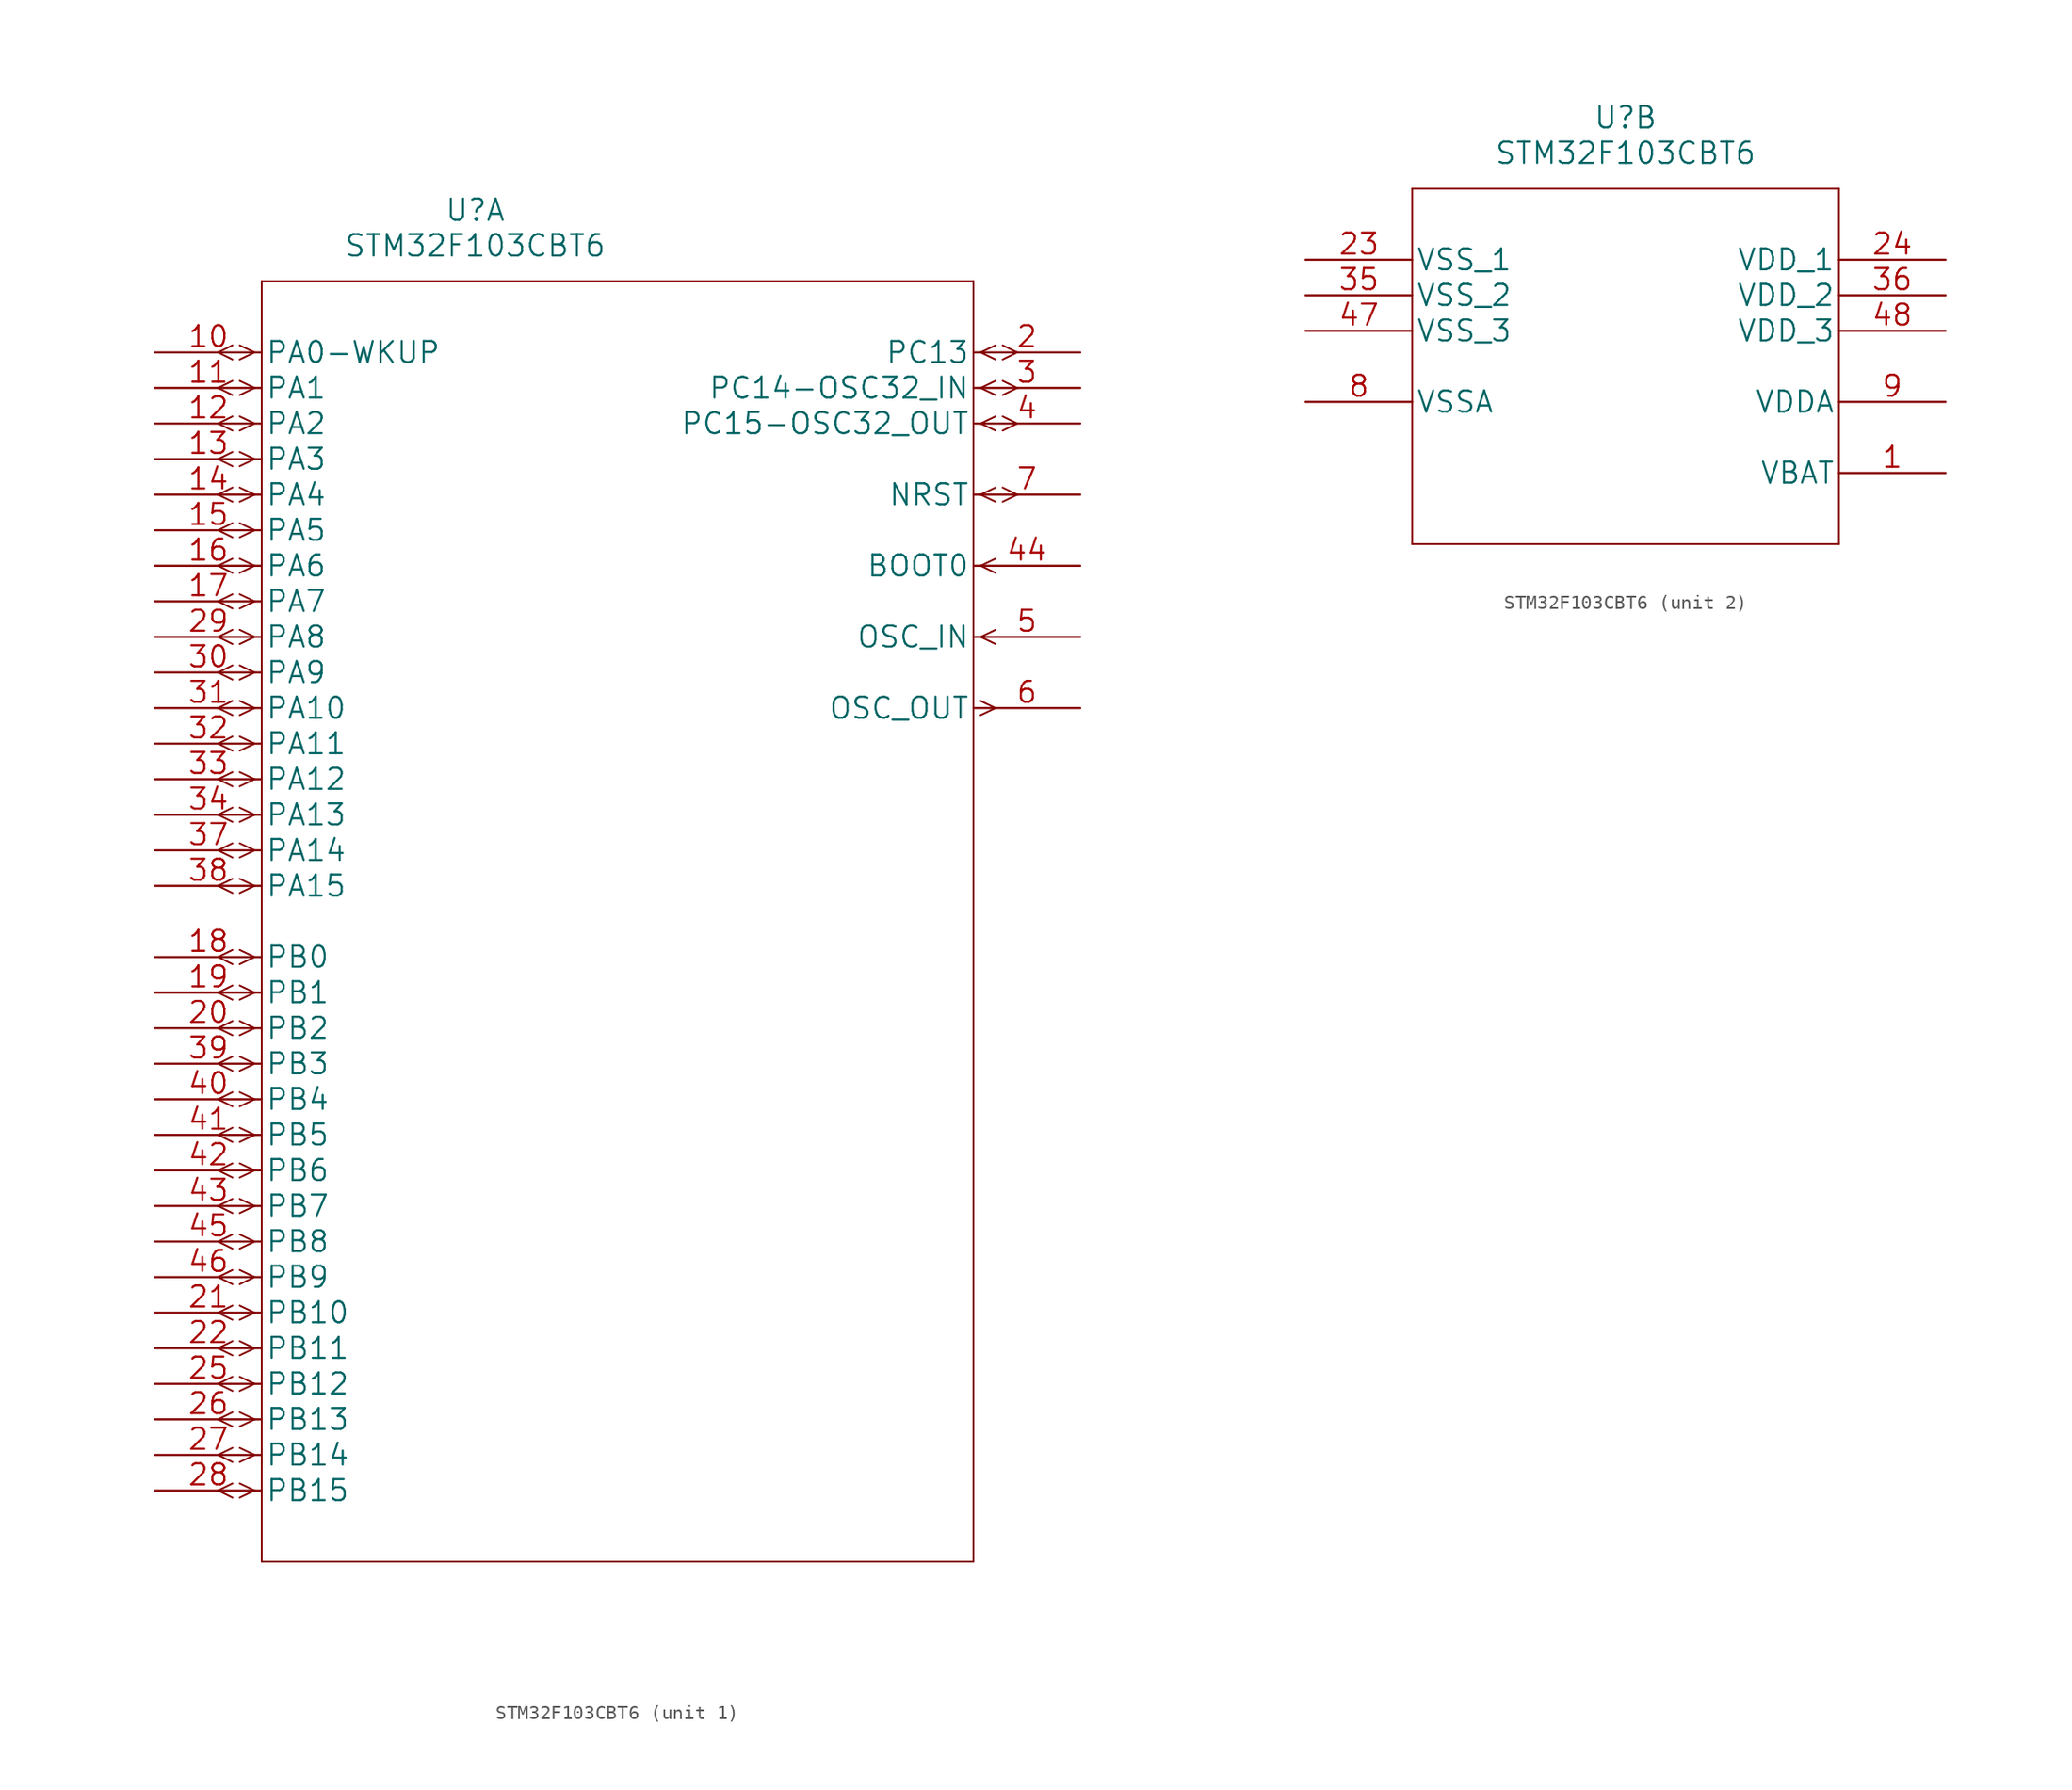
<source format=kicad_sym>
(kicad_symbol_lib
  (version 20211014)
  (generator kicad_symbol_editor)
  (symbol "STM32F103CBT6"
    (pin_names
      (offset 0.254))
    (property "Reference" "U"
      (at 22.86 10.16 0)
      (effects (font (size 1.524 1.524))))
    (property "Value" "STM32F103CBT6"
      (at 22.86 7.62 0)
      (effects (font (size 1.524 1.524))))
    (property "Datasheet" ""
      (at 0 0 0)
      (effects (font (size 1.524 1.524))))
    (symbol "STM32F103CBT6_1_1"
      (polyline (pts (xy 5.537 -81.788) (xy 4.496 -81.28)) (stroke (width 0.127) (type default) (color 0 0 0 0)) (fill (type none)))
      (polyline (pts (xy 5.537 -80.772) (xy 4.496 -81.28)) (stroke (width 0.127) (type default) (color 0 0 0 0)) (fill (type none)))
      (polyline (pts (xy 5.537 -79.248) (xy 4.496 -78.74)) (stroke (width 0.127) (type default) (color 0 0 0 0)) (fill (type none)))
      (polyline (pts (xy 5.537 -78.232) (xy 4.496 -78.74)) (stroke (width 0.127) (type default) (color 0 0 0 0)) (fill (type none)))
      (polyline (pts (xy 5.537 -76.708) (xy 4.496 -76.2)) (stroke (width 0.127) (type default) (color 0 0 0 0)) (fill (type none)))
      (polyline (pts (xy 5.537 -75.692) (xy 4.496 -76.2)) (stroke (width 0.127) (type default) (color 0 0 0 0)) (fill (type none)))
      (polyline (pts (xy 5.537 -74.168) (xy 4.496 -73.66)) (stroke (width 0.127) (type default) (color 0 0 0 0)) (fill (type none)))
      (polyline (pts (xy 5.537 -73.152) (xy 4.496 -73.66)) (stroke (width 0.127) (type default) (color 0 0 0 0)) (fill (type none)))
      (polyline (pts (xy 5.537 -71.628) (xy 4.496 -71.12)) (stroke (width 0.127) (type default) (color 0 0 0 0)) (fill (type none)))
      (polyline (pts (xy 5.537 -70.612) (xy 4.496 -71.12)) (stroke (width 0.127) (type default) (color 0 0 0 0)) (fill (type none)))
      (polyline (pts (xy 5.537 -69.088) (xy 4.496 -68.58)) (stroke (width 0.127) (type default) (color 0 0 0 0)) (fill (type none)))
      (polyline (pts (xy 5.537 -68.072) (xy 4.496 -68.58)) (stroke (width 0.127) (type default) (color 0 0 0 0)) (fill (type none)))
      (polyline (pts (xy 5.537 -66.548) (xy 4.496 -66.04)) (stroke (width 0.127) (type default) (color 0 0 0 0)) (fill (type none)))
      (polyline (pts (xy 5.537 -65.532) (xy 4.496 -66.04)) (stroke (width 0.127) (type default) (color 0 0 0 0)) (fill (type none)))
      (polyline (pts (xy 5.537 -64.008) (xy 4.496 -63.5)) (stroke (width 0.127) (type default) (color 0 0 0 0)) (fill (type none)))
      (polyline (pts (xy 5.537 -62.992) (xy 4.496 -63.5)) (stroke (width 0.127) (type default) (color 0 0 0 0)) (fill (type none)))
      (polyline (pts (xy 5.537 -61.468) (xy 4.496 -60.96)) (stroke (width 0.127) (type default) (color 0 0 0 0)) (fill (type none)))
      (polyline (pts (xy 5.537 -60.452) (xy 4.496 -60.96)) (stroke (width 0.127) (type default) (color 0 0 0 0)) (fill (type none)))
      (polyline (pts (xy 5.537 -58.928) (xy 4.496 -58.42)) (stroke (width 0.127) (type default) (color 0 0 0 0)) (fill (type none)))
      (polyline (pts (xy 5.537 -57.912) (xy 4.496 -58.42)) (stroke (width 0.127) (type default) (color 0 0 0 0)) (fill (type none)))
      (polyline (pts (xy 5.537 -56.388) (xy 4.496 -55.88)) (stroke (width 0.127) (type default) (color 0 0 0 0)) (fill (type none)))
      (polyline (pts (xy 5.537 -55.372) (xy 4.496 -55.88)) (stroke (width 0.127) (type default) (color 0 0 0 0)) (fill (type none)))
      (polyline (pts (xy 5.537 -53.848) (xy 4.496 -53.34)) (stroke (width 0.127) (type default) (color 0 0 0 0)) (fill (type none)))
      (polyline (pts (xy 5.537 -52.832) (xy 4.496 -53.34)) (stroke (width 0.127) (type default) (color 0 0 0 0)) (fill (type none)))
      (polyline (pts (xy 5.537 -51.308) (xy 4.496 -50.8)) (stroke (width 0.127) (type default) (color 0 0 0 0)) (fill (type none)))
      (polyline (pts (xy 5.537 -50.292) (xy 4.496 -50.8)) (stroke (width 0.127) (type default) (color 0 0 0 0)) (fill (type none)))
      (polyline (pts (xy 5.537 -48.768) (xy 4.496 -48.26)) (stroke (width 0.127) (type default) (color 0 0 0 0)) (fill (type none)))
      (polyline (pts (xy 5.537 -47.752) (xy 4.496 -48.26)) (stroke (width 0.127) (type default) (color 0 0 0 0)) (fill (type none)))
      (polyline (pts (xy 5.537 -46.228) (xy 4.496 -45.72)) (stroke (width 0.127) (type default) (color 0 0 0 0)) (fill (type none)))
      (polyline (pts (xy 5.537 -45.212) (xy 4.496 -45.72)) (stroke (width 0.127) (type default) (color 0 0 0 0)) (fill (type none)))
      (polyline (pts (xy 5.537 -43.688) (xy 4.496 -43.18)) (stroke (width 0.127) (type default) (color 0 0 0 0)) (fill (type none)))
      (polyline (pts (xy 5.537 -42.672) (xy 4.496 -43.18)) (stroke (width 0.127) (type default) (color 0 0 0 0)) (fill (type none)))
      (polyline (pts (xy 5.537 -38.608) (xy 4.496 -38.1)) (stroke (width 0.127) (type default) (color 0 0 0 0)) (fill (type none)))
      (polyline (pts (xy 5.537 -37.592) (xy 4.496 -38.1)) (stroke (width 0.127) (type default) (color 0 0 0 0)) (fill (type none)))
      (polyline (pts (xy 5.537 -36.068) (xy 4.496 -35.56)) (stroke (width 0.127) (type default) (color 0 0 0 0)) (fill (type none)))
      (polyline (pts (xy 5.537 -35.052) (xy 4.496 -35.56)) (stroke (width 0.127) (type default) (color 0 0 0 0)) (fill (type none)))
      (polyline (pts (xy 5.537 -33.528) (xy 4.496 -33.02)) (stroke (width 0.127) (type default) (color 0 0 0 0)) (fill (type none)))
      (polyline (pts (xy 5.537 -32.512) (xy 4.496 -33.02)) (stroke (width 0.127) (type default) (color 0 0 0 0)) (fill (type none)))
      (polyline (pts (xy 5.537 -30.988) (xy 4.496 -30.48)) (stroke (width 0.127) (type default) (color 0 0 0 0)) (fill (type none)))
      (polyline (pts (xy 5.537 -29.972) (xy 4.496 -30.48)) (stroke (width 0.127) (type default) (color 0 0 0 0)) (fill (type none)))
      (polyline (pts (xy 5.537 -28.448) (xy 4.496 -27.94)) (stroke (width 0.127) (type default) (color 0 0 0 0)) (fill (type none)))
      (polyline (pts (xy 5.537 -27.432) (xy 4.496 -27.94)) (stroke (width 0.127) (type default) (color 0 0 0 0)) (fill (type none)))
      (polyline (pts (xy 5.537 -25.908) (xy 4.496 -25.4)) (stroke (width 0.127) (type default) (color 0 0 0 0)) (fill (type none)))
      (polyline (pts (xy 5.537 -24.892) (xy 4.496 -25.4)) (stroke (width 0.127) (type default) (color 0 0 0 0)) (fill (type none)))
      (polyline (pts (xy 5.537 -23.368) (xy 4.496 -22.86)) (stroke (width 0.127) (type default) (color 0 0 0 0)) (fill (type none)))
      (polyline (pts (xy 5.537 -22.352) (xy 4.496 -22.86)) (stroke (width 0.127) (type default) (color 0 0 0 0)) (fill (type none)))
      (polyline (pts (xy 5.537 -20.828) (xy 4.496 -20.32)) (stroke (width 0.127) (type default) (color 0 0 0 0)) (fill (type none)))
      (polyline (pts (xy 5.537 -19.812) (xy 4.496 -20.32)) (stroke (width 0.127) (type default) (color 0 0 0 0)) (fill (type none)))
      (polyline (pts (xy 5.537 -18.288) (xy 4.496 -17.78)) (stroke (width 0.127) (type default) (color 0 0 0 0)) (fill (type none)))
      (polyline (pts (xy 5.537 -17.272) (xy 4.496 -17.78)) (stroke (width 0.127) (type default) (color 0 0 0 0)) (fill (type none)))
      (polyline (pts (xy 5.537 -15.748) (xy 4.496 -15.24)) (stroke (width 0.127) (type default) (color 0 0 0 0)) (fill (type none)))
      (polyline (pts (xy 5.537 -14.732) (xy 4.496 -15.24)) (stroke (width 0.127) (type default) (color 0 0 0 0)) (fill (type none)))
      (polyline (pts (xy 5.537 -13.208) (xy 4.496 -12.7)) (stroke (width 0.127) (type default) (color 0 0 0 0)) (fill (type none)))
      (polyline (pts (xy 5.537 -12.192) (xy 4.496 -12.7)) (stroke (width 0.127) (type default) (color 0 0 0 0)) (fill (type none)))
      (polyline (pts (xy 5.537 -10.668) (xy 4.496 -10.16)) (stroke (width 0.127) (type default) (color 0 0 0 0)) (fill (type none)))
      (polyline (pts (xy 5.537 -9.652) (xy 4.496 -10.16)) (stroke (width 0.127) (type default) (color 0 0 0 0)) (fill (type none)))
      (polyline (pts (xy 5.537 -8.128) (xy 4.496 -7.62)) (stroke (width 0.127) (type default) (color 0 0 0 0)) (fill (type none)))
      (polyline (pts (xy 5.537 -7.112) (xy 4.496 -7.62)) (stroke (width 0.127) (type default) (color 0 0 0 0)) (fill (type none)))
      (polyline (pts (xy 5.537 -5.588) (xy 4.496 -5.08)) (stroke (width 0.127) (type default) (color 0 0 0 0)) (fill (type none)))
      (polyline (pts (xy 5.537 -4.572) (xy 4.496 -5.08)) (stroke (width 0.127) (type default) (color 0 0 0 0)) (fill (type none)))
      (polyline (pts (xy 5.537 -3.048) (xy 4.496 -2.54)) (stroke (width 0.127) (type default) (color 0 0 0 0)) (fill (type none)))
      (polyline (pts (xy 5.537 -2.032) (xy 4.496 -2.54)) (stroke (width 0.127) (type default) (color 0 0 0 0)) (fill (type none)))
      (polyline (pts (xy 5.537 -0.508) (xy 4.496 0)) (stroke (width 0.127) (type default) (color 0 0 0 0)) (fill (type none)))
      (polyline (pts (xy 5.537 0.508) (xy 4.496 0)) (stroke (width 0.127) (type default) (color 0 0 0 0)) (fill (type none)))
      (polyline (pts (xy 7.112 -81.28) (xy 6.045 -81.788)) (stroke (width 0.127) (type default) (color 0 0 0 0)) (fill (type none)))
      (polyline (pts (xy 7.112 -81.28) (xy 6.045 -80.772)) (stroke (width 0.127) (type default) (color 0 0 0 0)) (fill (type none)))
      (polyline (pts (xy 7.112 -78.74) (xy 6.045 -79.248)) (stroke (width 0.127) (type default) (color 0 0 0 0)) (fill (type none)))
      (polyline (pts (xy 7.112 -78.74) (xy 6.045 -78.232)) (stroke (width 0.127) (type default) (color 0 0 0 0)) (fill (type none)))
      (polyline (pts (xy 7.112 -76.2) (xy 6.045 -76.708)) (stroke (width 0.127) (type default) (color 0 0 0 0)) (fill (type none)))
      (polyline (pts (xy 7.112 -76.2) (xy 6.045 -75.692)) (stroke (width 0.127) (type default) (color 0 0 0 0)) (fill (type none)))
      (polyline (pts (xy 7.112 -73.66) (xy 6.045 -74.168)) (stroke (width 0.127) (type default) (color 0 0 0 0)) (fill (type none)))
      (polyline (pts (xy 7.112 -73.66) (xy 6.045 -73.152)) (stroke (width 0.127) (type default) (color 0 0 0 0)) (fill (type none)))
      (polyline (pts (xy 7.112 -71.12) (xy 6.045 -71.628)) (stroke (width 0.127) (type default) (color 0 0 0 0)) (fill (type none)))
      (polyline (pts (xy 7.112 -71.12) (xy 6.045 -70.612)) (stroke (width 0.127) (type default) (color 0 0 0 0)) (fill (type none)))
      (polyline (pts (xy 7.112 -68.58) (xy 6.045 -69.088)) (stroke (width 0.127) (type default) (color 0 0 0 0)) (fill (type none)))
      (polyline (pts (xy 7.112 -68.58) (xy 6.045 -68.072)) (stroke (width 0.127) (type default) (color 0 0 0 0)) (fill (type none)))
      (polyline (pts (xy 7.112 -66.04) (xy 6.045 -66.548)) (stroke (width 0.127) (type default) (color 0 0 0 0)) (fill (type none)))
      (polyline (pts (xy 7.112 -66.04) (xy 6.045 -65.532)) (stroke (width 0.127) (type default) (color 0 0 0 0)) (fill (type none)))
      (polyline (pts (xy 7.112 -63.5) (xy 6.045 -64.008)) (stroke (width 0.127) (type default) (color 0 0 0 0)) (fill (type none)))
      (polyline (pts (xy 7.112 -63.5) (xy 6.045 -62.992)) (stroke (width 0.127) (type default) (color 0 0 0 0)) (fill (type none)))
      (polyline (pts (xy 7.112 -60.96) (xy 6.045 -61.468)) (stroke (width 0.127) (type default) (color 0 0 0 0)) (fill (type none)))
      (polyline (pts (xy 7.112 -60.96) (xy 6.045 -60.452)) (stroke (width 0.127) (type default) (color 0 0 0 0)) (fill (type none)))
      (polyline (pts (xy 7.112 -58.42) (xy 6.045 -58.928)) (stroke (width 0.127) (type default) (color 0 0 0 0)) (fill (type none)))
      (polyline (pts (xy 7.112 -58.42) (xy 6.045 -57.912)) (stroke (width 0.127) (type default) (color 0 0 0 0)) (fill (type none)))
      (polyline (pts (xy 7.112 -55.88) (xy 6.045 -56.388)) (stroke (width 0.127) (type default) (color 0 0 0 0)) (fill (type none)))
      (polyline (pts (xy 7.112 -55.88) (xy 6.045 -55.372)) (stroke (width 0.127) (type default) (color 0 0 0 0)) (fill (type none)))
      (polyline (pts (xy 7.112 -53.34) (xy 6.045 -53.848)) (stroke (width 0.127) (type default) (color 0 0 0 0)) (fill (type none)))
      (polyline (pts (xy 7.112 -53.34) (xy 6.045 -52.832)) (stroke (width 0.127) (type default) (color 0 0 0 0)) (fill (type none)))
      (polyline (pts (xy 7.112 -50.8) (xy 6.045 -51.308)) (stroke (width 0.127) (type default) (color 0 0 0 0)) (fill (type none)))
      (polyline (pts (xy 7.112 -50.8) (xy 6.045 -50.292)) (stroke (width 0.127) (type default) (color 0 0 0 0)) (fill (type none)))
      (polyline (pts (xy 7.112 -48.26) (xy 6.045 -48.768)) (stroke (width 0.127) (type default) (color 0 0 0 0)) (fill (type none)))
      (polyline (pts (xy 7.112 -48.26) (xy 6.045 -47.752)) (stroke (width 0.127) (type default) (color 0 0 0 0)) (fill (type none)))
      (polyline (pts (xy 7.112 -45.72) (xy 6.045 -46.228)) (stroke (width 0.127) (type default) (color 0 0 0 0)) (fill (type none)))
      (polyline (pts (xy 7.112 -45.72) (xy 6.045 -45.212)) (stroke (width 0.127) (type default) (color 0 0 0 0)) (fill (type none)))
      (polyline (pts (xy 7.112 -43.18) (xy 6.045 -43.688)) (stroke (width 0.127) (type default) (color 0 0 0 0)) (fill (type none)))
      (polyline (pts (xy 7.112 -43.18) (xy 6.045 -42.672)) (stroke (width 0.127) (type default) (color 0 0 0 0)) (fill (type none)))
      (polyline (pts (xy 7.112 -38.1) (xy 6.045 -38.608)) (stroke (width 0.127) (type default) (color 0 0 0 0)) (fill (type none)))
      (polyline (pts (xy 7.112 -38.1) (xy 6.045 -37.592)) (stroke (width 0.127) (type default) (color 0 0 0 0)) (fill (type none)))
      (polyline (pts (xy 7.112 -35.56) (xy 6.045 -36.068)) (stroke (width 0.127) (type default) (color 0 0 0 0)) (fill (type none)))
      (polyline (pts (xy 7.112 -35.56) (xy 6.045 -35.052)) (stroke (width 0.127) (type default) (color 0 0 0 0)) (fill (type none)))
      (polyline (pts (xy 7.112 -33.02) (xy 6.045 -33.528)) (stroke (width 0.127) (type default) (color 0 0 0 0)) (fill (type none)))
      (polyline (pts (xy 7.112 -33.02) (xy 6.045 -32.512)) (stroke (width 0.127) (type default) (color 0 0 0 0)) (fill (type none)))
      (polyline (pts (xy 7.112 -30.48) (xy 6.045 -30.988)) (stroke (width 0.127) (type default) (color 0 0 0 0)) (fill (type none)))
      (polyline (pts (xy 7.112 -30.48) (xy 6.045 -29.972)) (stroke (width 0.127) (type default) (color 0 0 0 0)) (fill (type none)))
      (polyline (pts (xy 7.112 -27.94) (xy 6.045 -28.448)) (stroke (width 0.127) (type default) (color 0 0 0 0)) (fill (type none)))
      (polyline (pts (xy 7.112 -27.94) (xy 6.045 -27.432)) (stroke (width 0.127) (type default) (color 0 0 0 0)) (fill (type none)))
      (polyline (pts (xy 7.112 -25.4) (xy 6.045 -25.908)) (stroke (width 0.127) (type default) (color 0 0 0 0)) (fill (type none)))
      (polyline (pts (xy 7.112 -25.4) (xy 6.045 -24.892)) (stroke (width 0.127) (type default) (color 0 0 0 0)) (fill (type none)))
      (polyline (pts (xy 7.112 -22.86) (xy 6.045 -23.368)) (stroke (width 0.127) (type default) (color 0 0 0 0)) (fill (type none)))
      (polyline (pts (xy 7.112 -22.86) (xy 6.045 -22.352)) (stroke (width 0.127) (type default) (color 0 0 0 0)) (fill (type none)))
      (polyline (pts (xy 7.112 -20.32) (xy 6.045 -20.828)) (stroke (width 0.127) (type default) (color 0 0 0 0)) (fill (type none)))
      (polyline (pts (xy 7.112 -20.32) (xy 6.045 -19.812)) (stroke (width 0.127) (type default) (color 0 0 0 0)) (fill (type none)))
      (polyline (pts (xy 7.112 -17.78) (xy 6.045 -18.288)) (stroke (width 0.127) (type default) (color 0 0 0 0)) (fill (type none)))
      (polyline (pts (xy 7.112 -17.78) (xy 6.045 -17.272)) (stroke (width 0.127) (type default) (color 0 0 0 0)) (fill (type none)))
      (polyline (pts (xy 7.112 -15.24) (xy 6.045 -15.748)) (stroke (width 0.127) (type default) (color 0 0 0 0)) (fill (type none)))
      (polyline (pts (xy 7.112 -15.24) (xy 6.045 -14.732)) (stroke (width 0.127) (type default) (color 0 0 0 0)) (fill (type none)))
      (polyline (pts (xy 7.112 -12.7) (xy 6.045 -13.208)) (stroke (width 0.127) (type default) (color 0 0 0 0)) (fill (type none)))
      (polyline (pts (xy 7.112 -12.7) (xy 6.045 -12.192)) (stroke (width 0.127) (type default) (color 0 0 0 0)) (fill (type none)))
      (polyline (pts (xy 7.112 -10.16) (xy 6.045 -10.668)) (stroke (width 0.127) (type default) (color 0 0 0 0)) (fill (type none)))
      (polyline (pts (xy 7.112 -10.16) (xy 6.045 -9.652)) (stroke (width 0.127) (type default) (color 0 0 0 0)) (fill (type none)))
      (polyline (pts (xy 7.112 -7.62) (xy 6.045 -8.128)) (stroke (width 0.127) (type default) (color 0 0 0 0)) (fill (type none)))
      (polyline (pts (xy 7.112 -7.62) (xy 6.045 -7.112)) (stroke (width 0.127) (type default) (color 0 0 0 0)) (fill (type none)))
      (polyline (pts (xy 7.112 -5.08) (xy 6.045 -5.588)) (stroke (width 0.127) (type default) (color 0 0 0 0)) (fill (type none)))
      (polyline (pts (xy 7.112 -5.08) (xy 6.045 -4.572)) (stroke (width 0.127) (type default) (color 0 0 0 0)) (fill (type none)))
      (polyline (pts (xy 7.112 -2.54) (xy 6.045 -3.048)) (stroke (width 0.127) (type default) (color 0 0 0 0)) (fill (type none)))
      (polyline (pts (xy 7.112 -2.54) (xy 6.045 -2.032)) (stroke (width 0.127) (type default) (color 0 0 0 0)) (fill (type none)))
      (polyline (pts (xy 7.112 0) (xy 6.045 -0.508)) (stroke (width 0.127) (type default) (color 0 0 0 0)) (fill (type none)))
      (polyline (pts (xy 7.112 0) (xy 6.045 0.508)) (stroke (width 0.127) (type default) (color 0 0 0 0)) (fill (type none)))
      (polyline (pts (xy 7.62 -86.36) (xy 58.42 -86.36)) (stroke (width 0.127) (type default) (color 0 0 0 0)) (fill (type none)))
      (polyline (pts (xy 7.62 5.08) (xy 7.62 -86.36)) (stroke (width 0.127) (type default) (color 0 0 0 0)) (fill (type none)))
      (polyline (pts (xy 58.42 -86.36) (xy 58.42 5.08)) (stroke (width 0.127) (type default) (color 0 0 0 0)) (fill (type none)))
      (polyline (pts (xy 58.42 5.08) (xy 7.62 5.08)) (stroke (width 0.127) (type default) (color 0 0 0 0)) (fill (type none)))
      (polyline (pts (xy 58.928 -25.908) (xy 59.995 -25.4)) (stroke (width 0.127) (type default) (color 0 0 0 0)) (fill (type none)))
      (polyline (pts (xy 58.928 -24.892) (xy 59.995 -25.4)) (stroke (width 0.127) (type default) (color 0 0 0 0)) (fill (type none)))
      (polyline (pts (xy 58.928 -20.32) (xy 59.995 -20.828)) (stroke (width 0.127) (type default) (color 0 0 0 0)) (fill (type none)))
      (polyline (pts (xy 58.928 -20.32) (xy 59.995 -19.812)) (stroke (width 0.127) (type default) (color 0 0 0 0)) (fill (type none)))
      (polyline (pts (xy 58.928 -15.24) (xy 59.995 -15.748)) (stroke (width 0.127) (type default) (color 0 0 0 0)) (fill (type none)))
      (polyline (pts (xy 58.928 -15.24) (xy 59.995 -14.732)) (stroke (width 0.127) (type default) (color 0 0 0 0)) (fill (type none)))
      (polyline (pts (xy 58.928 -10.16) (xy 59.995 -10.668)) (stroke (width 0.127) (type default) (color 0 0 0 0)) (fill (type none)))
      (polyline (pts (xy 58.928 -10.16) (xy 59.995 -9.652)) (stroke (width 0.127) (type default) (color 0 0 0 0)) (fill (type none)))
      (polyline (pts (xy 58.928 -5.08) (xy 59.995 -5.588)) (stroke (width 0.127) (type default) (color 0 0 0 0)) (fill (type none)))
      (polyline (pts (xy 58.928 -5.08) (xy 59.995 -4.572)) (stroke (width 0.127) (type default) (color 0 0 0 0)) (fill (type none)))
      (polyline (pts (xy 58.928 -2.54) (xy 59.995 -3.048)) (stroke (width 0.127) (type default) (color 0 0 0 0)) (fill (type none)))
      (polyline (pts (xy 58.928 -2.54) (xy 59.995 -2.032)) (stroke (width 0.127) (type default) (color 0 0 0 0)) (fill (type none)))
      (polyline (pts (xy 58.928 0) (xy 59.995 -0.508)) (stroke (width 0.127) (type default) (color 0 0 0 0)) (fill (type none)))
      (polyline (pts (xy 58.928 0) (xy 59.995 0.508)) (stroke (width 0.127) (type default) (color 0 0 0 0)) (fill (type none)))
      (polyline (pts (xy 60.503 -10.668) (xy 61.544 -10.16)) (stroke (width 0.127) (type default) (color 0 0 0 0)) (fill (type none)))
      (polyline (pts (xy 60.503 -9.652) (xy 61.544 -10.16)) (stroke (width 0.127) (type default) (color 0 0 0 0)) (fill (type none)))
      (polyline (pts (xy 60.503 -5.588) (xy 61.544 -5.08)) (stroke (width 0.127) (type default) (color 0 0 0 0)) (fill (type none)))
      (polyline (pts (xy 60.503 -4.572) (xy 61.544 -5.08)) (stroke (width 0.127) (type default) (color 0 0 0 0)) (fill (type none)))
      (polyline (pts (xy 60.503 -3.048) (xy 61.544 -2.54)) (stroke (width 0.127) (type default) (color 0 0 0 0)) (fill (type none)))
      (polyline (pts (xy 60.503 -2.032) (xy 61.544 -2.54)) (stroke (width 0.127) (type default) (color 0 0 0 0)) (fill (type none)))
      (polyline (pts (xy 60.503 -0.508) (xy 61.544 0)) (stroke (width 0.127) (type default) (color 0 0 0 0)) (fill (type none)))
      (polyline (pts (xy 60.503 0.508) (xy 61.544 0)) (stroke (width 0.127) (type default) (color 0 0 0 0)) (fill (type none)))
      (pin bidirectional line (at 0 0 0) (length 7.62) (name "PA0-WKUP" (effects (font (size 1.499 1.499)))) (number "10" (effects (font (size 1.499 1.499)))))
      (pin bidirectional line (at 0 -2.54 0) (length 7.62) (name "PA1" (effects (font (size 1.499 1.499)))) (number "11" (effects (font (size 1.499 1.499)))))
      (pin bidirectional line (at 0 -5.08 0) (length 7.62) (name "PA2" (effects (font (size 1.499 1.499)))) (number "12" (effects (font (size 1.499 1.499)))))
      (pin bidirectional line (at 0 -7.62 0) (length 7.62) (name "PA3" (effects (font (size 1.499 1.499)))) (number "13" (effects (font (size 1.499 1.499)))))
      (pin bidirectional line (at 0 -10.16 0) (length 7.62) (name "PA4" (effects (font (size 1.499 1.499)))) (number "14" (effects (font (size 1.499 1.499)))))
      (pin bidirectional line (at 0 -12.7 0) (length 7.62) (name "PA5" (effects (font (size 1.499 1.499)))) (number "15" (effects (font (size 1.499 1.499)))))
      (pin bidirectional line (at 0 -15.24 0) (length 7.62) (name "PA6" (effects (font (size 1.499 1.499)))) (number "16" (effects (font (size 1.499 1.499)))))
      (pin bidirectional line (at 0 -17.78 0) (length 7.62) (name "PA7" (effects (font (size 1.499 1.499)))) (number "17" (effects (font (size 1.499 1.499)))))
      (pin bidirectional line (at 0 -43.18 0) (length 7.62) (name "PB0" (effects (font (size 1.499 1.499)))) (number "18" (effects (font (size 1.499 1.499)))))
      (pin bidirectional line (at 0 -45.72 0) (length 7.62) (name "PB1" (effects (font (size 1.499 1.499)))) (number "19" (effects (font (size 1.499 1.499)))))
      (pin bidirectional line (at 66.04 0 180) (length 7.62) (name "PC13" (effects (font (size 1.499 1.499)))) (number "2" (effects (font (size 1.499 1.499)))))
      (pin bidirectional line (at 0 -48.26 0) (length 7.62) (name "PB2" (effects (font (size 1.499 1.499)))) (number "20" (effects (font (size 1.499 1.499)))))
      (pin bidirectional line (at 0 -68.58 0) (length 7.62) (name "PB10" (effects (font (size 1.499 1.499)))) (number "21" (effects (font (size 1.499 1.499)))))
      (pin bidirectional line (at 0 -71.12 0) (length 7.62) (name "PB11" (effects (font (size 1.499 1.499)))) (number "22" (effects (font (size 1.499 1.499)))))
      (pin bidirectional line (at 0 -73.66 0) (length 7.62) (name "PB12" (effects (font (size 1.499 1.499)))) (number "25" (effects (font (size 1.499 1.499)))))
      (pin bidirectional line (at 0 -76.2 0) (length 7.62) (name "PB13" (effects (font (size 1.499 1.499)))) (number "26" (effects (font (size 1.499 1.499)))))
      (pin bidirectional line (at 0 -78.74 0) (length 7.62) (name "PB14" (effects (font (size 1.499 1.499)))) (number "27" (effects (font (size 1.499 1.499)))))
      (pin bidirectional line (at 0 -81.28 0) (length 7.62) (name "PB15" (effects (font (size 1.499 1.499)))) (number "28" (effects (font (size 1.499 1.499)))))
      (pin bidirectional line (at 0 -20.32 0) (length 7.62) (name "PA8" (effects (font (size 1.499 1.499)))) (number "29" (effects (font (size 1.499 1.499)))))
      (pin bidirectional line (at 66.04 -2.54 180) (length 7.62) (name "PC14-OSC32_IN" (effects (font (size 1.499 1.499)))) (number "3" (effects (font (size 1.499 1.499)))))
      (pin bidirectional line (at 0 -22.86 0) (length 7.62) (name "PA9" (effects (font (size 1.499 1.499)))) (number "30" (effects (font (size 1.499 1.499)))))
      (pin bidirectional line (at 0 -25.4 0) (length 7.62) (name "PA10" (effects (font (size 1.499 1.499)))) (number "31" (effects (font (size 1.499 1.499)))))
      (pin bidirectional line (at 0 -27.94 0) (length 7.62) (name "PA11" (effects (font (size 1.499 1.499)))) (number "32" (effects (font (size 1.499 1.499)))))
      (pin bidirectional line (at 0 -30.48 0) (length 7.62) (name "PA12" (effects (font (size 1.499 1.499)))) (number "33" (effects (font (size 1.499 1.499)))))
      (pin bidirectional line (at 0 -33.02 0) (length 7.62) (name "PA13" (effects (font (size 1.499 1.499)))) (number "34" (effects (font (size 1.499 1.499)))))
      (pin bidirectional line (at 0 -35.56 0) (length 7.62) (name "PA14" (effects (font (size 1.499 1.499)))) (number "37" (effects (font (size 1.499 1.499)))))
      (pin bidirectional line (at 0 -38.1 0) (length 7.62) (name "PA15" (effects (font (size 1.499 1.499)))) (number "38" (effects (font (size 1.499 1.499)))))
      (pin bidirectional line (at 0 -50.8 0) (length 7.62) (name "PB3" (effects (font (size 1.499 1.499)))) (number "39" (effects (font (size 1.499 1.499)))))
      (pin bidirectional line (at 66.04 -5.08 180) (length 7.62) (name "PC15-OSC32_OUT" (effects (font (size 1.499 1.499)))) (number "4" (effects (font (size 1.499 1.499)))))
      (pin bidirectional line (at 0 -53.34 0) (length 7.62) (name "PB4" (effects (font (size 1.499 1.499)))) (number "40" (effects (font (size 1.499 1.499)))))
      (pin bidirectional line (at 0 -55.88 0) (length 7.62) (name "PB5" (effects (font (size 1.499 1.499)))) (number "41" (effects (font (size 1.499 1.499)))))
      (pin bidirectional line (at 0 -58.42 0) (length 7.62) (name "PB6" (effects (font (size 1.499 1.499)))) (number "42" (effects (font (size 1.499 1.499)))))
      (pin bidirectional line (at 0 -60.96 0) (length 7.62) (name "PB7" (effects (font (size 1.499 1.499)))) (number "43" (effects (font (size 1.499 1.499)))))
      (pin input line (at 66.04 -15.24 180) (length 7.62) (name "BOOT0" (effects (font (size 1.499 1.499)))) (number "44" (effects (font (size 1.499 1.499)))))
      (pin bidirectional line (at 0 -63.5 0) (length 7.62) (name "PB8" (effects (font (size 1.499 1.499)))) (number "45" (effects (font (size 1.499 1.499)))))
      (pin bidirectional line (at 0 -66.04 0) (length 7.62) (name "PB9" (effects (font (size 1.499 1.499)))) (number "46" (effects (font (size 1.499 1.499)))))
      (pin input line (at 66.04 -20.32 180) (length 7.62) (name "OSC_IN" (effects (font (size 1.499 1.499)))) (number "5" (effects (font (size 1.499 1.499)))))
      (pin output line (at 66.04 -25.4 180) (length 7.62) (name "OSC_OUT" (effects (font (size 1.499 1.499)))) (number "6" (effects (font (size 1.499 1.499)))))
      (pin bidirectional line (at 66.04 -10.16 180) (length 7.62) (name "NRST" (effects (font (size 1.499 1.499)))) (number "7" (effects (font (size 1.499 1.499))))))
    (symbol "STM32F103CBT6_2_1"
      (polyline (pts (xy 7.62 -20.32) (xy 38.1 -20.32)) (stroke (width 0.127) (type default) (color 0 0 0 0)) (fill (type none)))
      (polyline (pts (xy 7.62 5.08) (xy 7.62 -20.32)) (stroke (width 0.127) (type default) (color 0 0 0 0)) (fill (type none)))
      (polyline (pts (xy 38.1 -20.32) (xy 38.1 5.08)) (stroke (width 0.127) (type default) (color 0 0 0 0)) (fill (type none)))
      (polyline (pts (xy 38.1 5.08) (xy 7.62 5.08)) (stroke (width 0.127) (type default) (color 0 0 0 0)) (fill (type none)))
      (pin power_in line (at 45.72 -15.24 180) (length 7.62) (name "VBAT" (effects (font (size 1.499 1.499)))) (number "1" (effects (font (size 1.499 1.499)))))
      (pin power_in line (at 0 0 0) (length 7.62) (name "VSS_1" (effects (font (size 1.499 1.499)))) (number "23" (effects (font (size 1.499 1.499)))))
      (pin power_in line (at 45.72 0 180) (length 7.62) (name "VDD_1" (effects (font (size 1.499 1.499)))) (number "24" (effects (font (size 1.499 1.499)))))
      (pin power_in line (at 0 -2.54 0) (length 7.62) (name "VSS_2" (effects (font (size 1.499 1.499)))) (number "35" (effects (font (size 1.499 1.499)))))
      (pin power_in line (at 45.72 -2.54 180) (length 7.62) (name "VDD_2" (effects (font (size 1.499 1.499)))) (number "36" (effects (font (size 1.499 1.499)))))
      (pin power_in line (at 0 -5.08 0) (length 7.62) (name "VSS_3" (effects (font (size 1.499 1.499)))) (number "47" (effects (font (size 1.499 1.499)))))
      (pin power_in line (at 45.72 -5.08 180) (length 7.62) (name "VDD_3" (effects (font (size 1.499 1.499)))) (number "48" (effects (font (size 1.499 1.499)))))
      (pin power_in line (at 0 -10.16 0) (length 7.62) (name "VSSA" (effects (font (size 1.499 1.499)))) (number "8" (effects (font (size 1.499 1.499)))))
      (pin power_in line (at 45.72 -10.16 180) (length 7.62) (name "VDDA" (effects (font (size 1.499 1.499)))) (number "9" (effects (font (size 1.499 1.499))))))))
</source>
